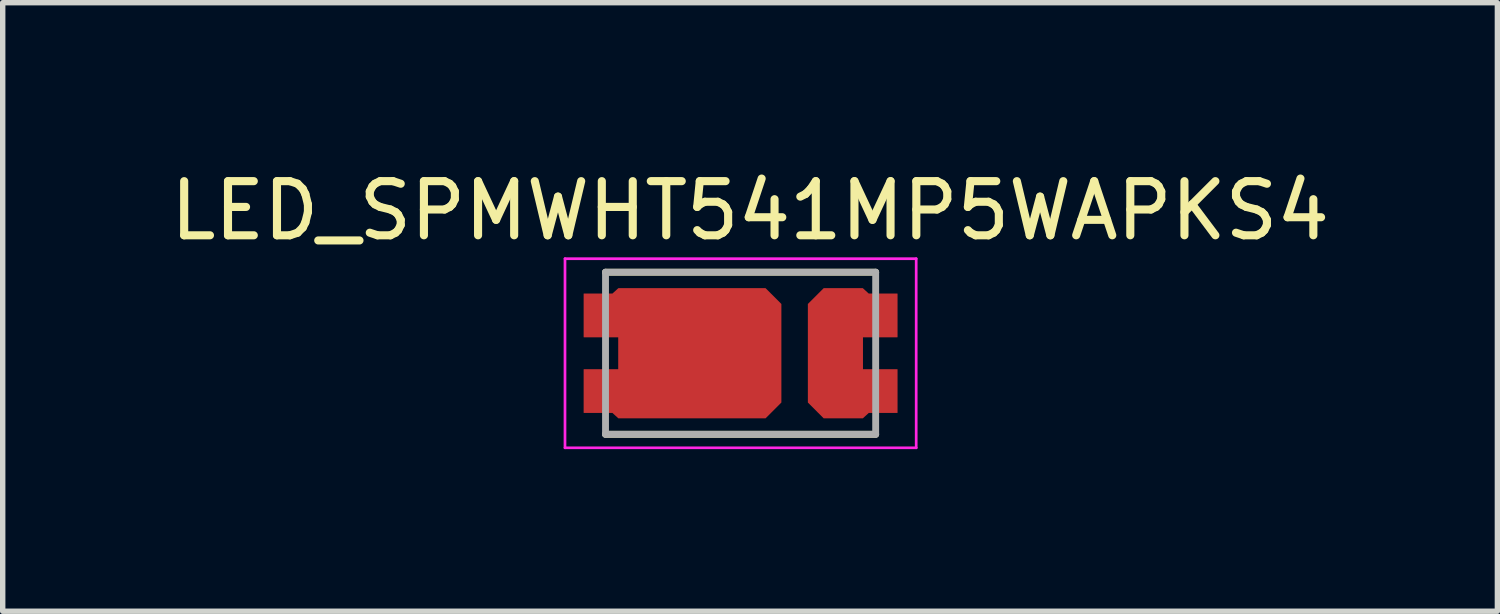
<source format=kicad_pcb>
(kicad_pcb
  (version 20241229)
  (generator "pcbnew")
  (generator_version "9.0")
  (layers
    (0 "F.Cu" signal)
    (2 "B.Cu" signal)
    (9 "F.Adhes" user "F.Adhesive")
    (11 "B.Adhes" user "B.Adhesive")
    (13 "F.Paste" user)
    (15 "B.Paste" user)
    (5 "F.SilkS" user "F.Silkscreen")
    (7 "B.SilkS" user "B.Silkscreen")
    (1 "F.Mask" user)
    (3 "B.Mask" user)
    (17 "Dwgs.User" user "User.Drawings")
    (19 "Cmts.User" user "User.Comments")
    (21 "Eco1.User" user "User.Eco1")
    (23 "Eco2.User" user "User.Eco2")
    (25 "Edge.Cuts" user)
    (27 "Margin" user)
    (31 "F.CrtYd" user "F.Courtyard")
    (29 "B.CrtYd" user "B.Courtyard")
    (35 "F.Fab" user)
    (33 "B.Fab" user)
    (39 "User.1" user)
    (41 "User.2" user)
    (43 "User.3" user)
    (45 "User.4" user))
  (footprint "LED_SPMWHT541MP5WAPKS4"
    (layer "F.Cu")
    (at 10.657 3.488)
    (property "Reference" "LED_SPMWHT541MP5WAPKS4" (at 0.175 -2.639 0) (layer "F.SilkS") (effects (font (size 1.002 1.002) (thickness 0.15))))
    (attr smd)
    (fp_poly (pts (xy -3.007 -1.3) (xy 0.8 -1.3) (xy 0.8 1.303) (xy -3.007 1.303)) (stroke (width 0.01) (type solid)) (fill yes) (layer "F.Mask"))
    (fp_poly (pts (xy 1.203 -1.3) (xy 3 -1.3) (xy 3 1.303) (xy 1.203 1.303)) (stroke (width 0.01) (type solid)) (fill yes) (layer "F.Mask"))
    (fp_line (start -2.5 -1.5) (end 2.5 -1.5) (stroke (width 0.127) (type solid)) (layer "F.SilkS"))
    (fp_line (start -2.5 1.5) (end 2.5 1.5) (stroke (width 0.127) (type solid)) (layer "F.SilkS"))
    (fp_poly (pts (xy 0.75 -0.91) (xy 0.46 -1.2) (xy -2.26 -1.2) (xy -2.37 -1.1) (xy -2.9 -1.1) (xy -2.9 -0.3) (xy -2.26 -0.3) (xy -2.26 0.3) (xy -2.9 0.3) (xy -2.9 1.1) (xy -2.37 1.1) (xy -2.26 1.2) (xy 0.46 1.2) (xy 0.75 0.91)) (stroke (width 0.001) (type solid)) (fill yes) (layer "F.Paste"))
    (fp_poly (pts (xy 0.75 -0.91) (xy 0.46 -1.2) (xy -2.26 -1.2) (xy -2.37 -1.1) (xy -2.9 -1.1) (xy -2.9 -0.3) (xy -2.26 -0.3) (xy -2.26 0.3) (xy -2.9 0.3) (xy -2.9 1.1) (xy -2.37 1.1) (xy -2.26 1.2) (xy 0.46 1.2) (xy 0.75 0.91)) (stroke (width 0.001) (type solid)) (fill yes) (layer "F.Paste"))
    (fp_poly (pts (xy 1.25 -0.91) (xy 1.54 -1.2) (xy 2.26 -1.2) (xy 2.37 -1.1) (xy 2.9 -1.1) (xy 2.9 -0.3) (xy 2.26 -0.3) (xy 2.26 0.3) (xy 2.9 0.3) (xy 2.9 1.1) (xy 2.37 1.1) (xy 2.26 1.2) (xy 1.54 1.2) (xy 1.25 0.91)) (stroke (width 0.001) (type solid)) (fill yes) (layer "F.Paste"))
    (fp_poly (pts (xy 1.25 -0.91) (xy 1.54 -1.2) (xy 2.26 -1.2) (xy 2.37 -1.1) (xy 2.9 -1.1) (xy 2.9 -0.3) (xy 2.26 -0.3) (xy 2.26 0.3) (xy 2.9 0.3) (xy 2.9 1.1) (xy 2.37 1.1) (xy 2.26 1.2) (xy 1.54 1.2) (xy 1.25 0.91)) (stroke (width 0.001) (type solid)) (fill yes) (layer "F.Paste"))
    (fp_line (start -3.25 -1.75) (end 3.25 -1.75) (stroke (width 0.05) (type solid)) (layer "F.CrtYd"))
    (fp_line (start -3.25 1.75) (end -3.25 -1.75) (stroke (width 0.05) (type solid)) (layer "F.CrtYd"))
    (fp_line (start 3.25 -1.75) (end 3.25 1.75) (stroke (width 0.05) (type solid)) (layer "F.CrtYd"))
    (fp_line (start 3.25 1.75) (end -3.25 1.75) (stroke (width 0.05) (type solid)) (layer "F.CrtYd"))
    (fp_line (start -2.5 -1.5) (end 2.5 -1.5) (stroke (width 0.127) (type solid)) (layer "F.Fab"))
    (fp_line (start -2.5 1.5) (end -2.5 -1.5) (stroke (width 0.127) (type solid)) (layer "F.Fab"))
    (fp_line (start 2.5 -1.5) (end 2.5 1.5) (stroke (width 0.127) (type solid)) (layer "F.Fab"))
    (fp_line (start 2.5 1.5) (end -2.5 1.5) (stroke (width 0.127) (type solid)) (layer "F.Fab"))
    (pad "A" smd custom (at 1.7 0) (size 0.8 0.8) (layers "F.Cu") (options (anchor rect)) (primitives (gr_poly (pts (xy -0.45 -0.91) (xy -0.16 -1.2) (xy 0.56 -1.2) (xy 0.67 -1.1) (xy 1.2 -1.1) (xy 1.2 -0.3) (xy 0.56 -0.3) (xy 0.56 0.3) (xy 1.2 0.3) (xy 1.2 1.1) (xy 0.67 1.1) (xy 0.56 1.2) (xy -0.16 1.2) (xy -0.45 0.91)) (width 0.01) (fill yes))))
    (pad "C" smd custom (at 0.3 0) (size 0.8 0.8) (layers "F.Cu") (options (anchor rect)) (primitives (gr_poly (pts (xy 0.45 -0.91) (xy 0.16 -1.2) (xy -2.56 -1.2) (xy -2.67 -1.1) (xy -3.2 -1.1) (xy -3.2 -0.3) (xy -2.56 -0.3) (xy -2.56 0.3) (xy -3.2 0.3) (xy -3.2 1.1) (xy -2.67 1.1) (xy -2.56 1.2) (xy 0.16 1.2) (xy 0.45 0.91)) (width 0.01) (fill yes)))))
  (gr_rect
    (start -3 -3)
    (end 24.664 8.263)
    (stroke (width 0.1) (type default))
    (fill no)
    (layer "Edge.Cuts")))
</source>
